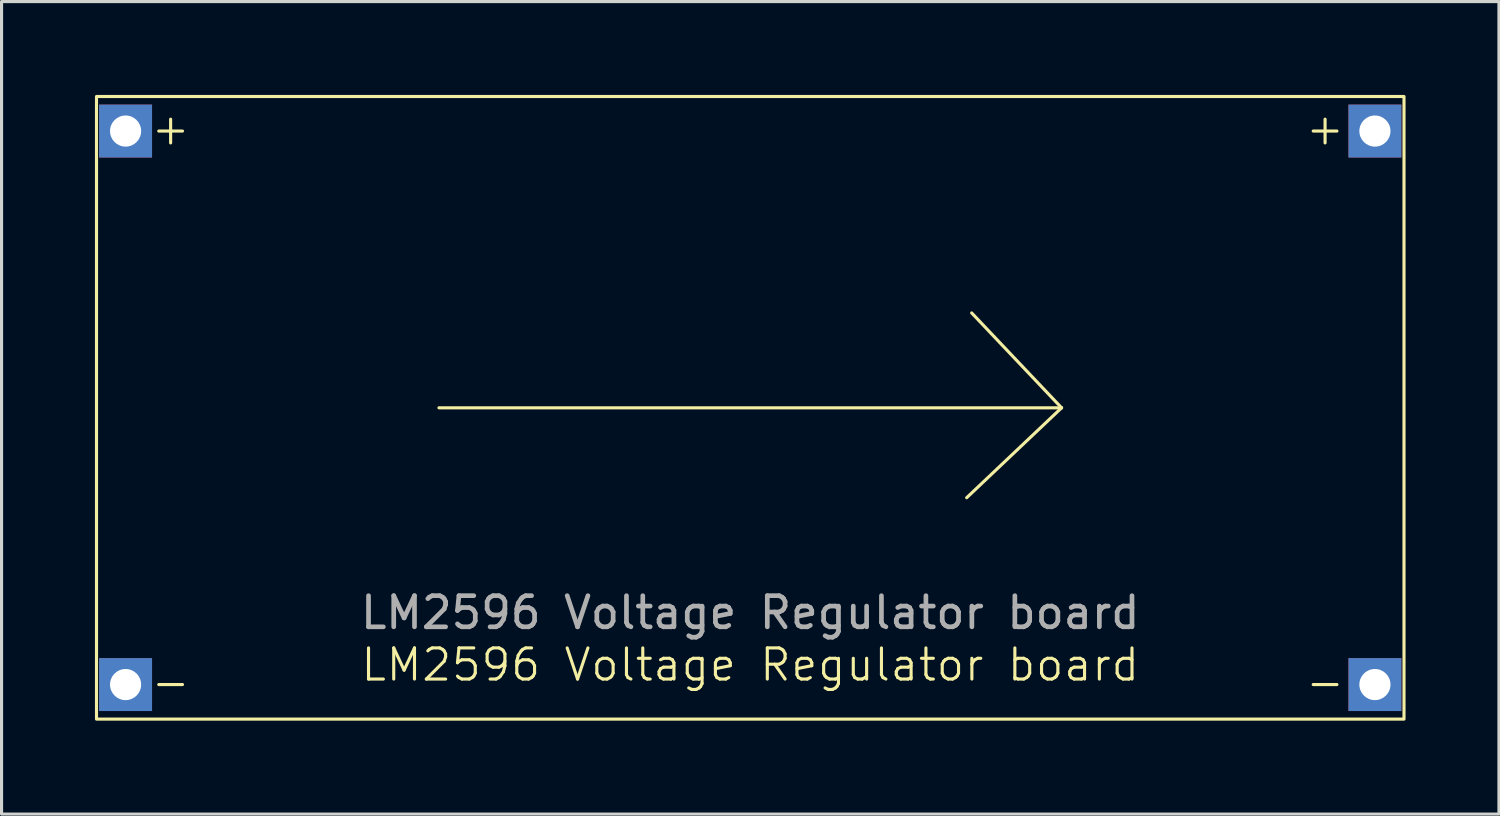
<source format=kicad_pcb>
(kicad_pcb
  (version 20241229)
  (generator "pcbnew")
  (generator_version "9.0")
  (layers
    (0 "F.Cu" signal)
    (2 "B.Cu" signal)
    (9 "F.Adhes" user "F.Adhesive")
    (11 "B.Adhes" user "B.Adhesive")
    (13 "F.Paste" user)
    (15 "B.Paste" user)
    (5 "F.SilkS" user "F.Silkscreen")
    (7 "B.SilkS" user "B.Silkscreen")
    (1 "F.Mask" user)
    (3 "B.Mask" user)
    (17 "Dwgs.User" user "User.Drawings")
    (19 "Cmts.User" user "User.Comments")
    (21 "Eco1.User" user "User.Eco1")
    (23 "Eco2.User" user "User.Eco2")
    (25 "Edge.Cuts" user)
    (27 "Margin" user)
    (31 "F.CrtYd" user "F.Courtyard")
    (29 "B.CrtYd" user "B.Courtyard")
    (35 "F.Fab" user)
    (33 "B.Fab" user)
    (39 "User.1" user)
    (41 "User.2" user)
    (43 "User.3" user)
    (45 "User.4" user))
  (footprint "LM2596 Voltage Regulator board"
    (layer "F.Cu")
    (at 21.05 10.05)
    (property "Reference" "LM2596 Voltage Regulator board" (at 0 8.255 0) (unlocked yes) (layer "F.SilkS") (effects (font (size 1 1) (thickness 0.1))))
    (attr through_hole)
    (fp_line (start -10 0) (end 10 0) (stroke (width 0.1) (type default)) (layer "F.SilkS"))
    (fp_line (start 10 0) (end 6.952 2.888) (stroke (width 0.1) (type default)) (layer "F.SilkS"))
    (fp_line (start 10 0) (end 7.112 -3.048) (stroke (width 0.1) (type default)) (layer "F.SilkS"))
    (fp_rect (start -21 -10) (end 21 10) (stroke (width 0.1) (type default)) (fill no) (layer "F.SilkS"))
    (fp_text user "+" (at 17.78 -8.382 0) (unlocked yes) (layer "F.SilkS") (effects (font (size 1 1) (thickness 0.1)) (justify left bottom)))
    (fp_text user "-" (at 17.78 9.398 0) (unlocked yes) (layer "F.SilkS") (effects (font (size 1 1) (thickness 0.1)) (justify left bottom)))
    (fp_text user "-" (at -19.304 9.398 0) (unlocked yes) (layer "F.SilkS") (effects (font (size 1 1) (thickness 0.1)) (justify left bottom)))
    (fp_text user "+" (at -19.304 -8.382 0) (unlocked yes) (layer "F.SilkS") (effects (font (size 1 1) (thickness 0.1)) (justify left bottom)))
    (fp_text user "${REFERENCE}" (at 0 6.58 0) (unlocked yes) (layer "F.Fab") (effects (font (size 1 1) (thickness 0.15))))
    (pad "1" thru_hole rect (at -20.066 -8.89) (size 1.7 1.7) (drill 1) (layers "*.Cu" "*.Mask"))
    (pad "2" thru_hole rect (at -20.066 8.89) (size 1.7 1.7) (drill 1) (layers "*.Cu" "*.Mask"))
    (pad "3" thru_hole rect (at 20.066 8.89) (size 1.7 1.7) (drill 1) (layers "*.Cu" "*.Mask"))
    (pad "4" thru_hole rect (at 20.066 -8.89) (size 1.7 1.7) (drill 1) (layers "*.Cu" "*.Mask")))
  (gr_rect
    (start -3 -3)
    (end 45.1 23.1)
    (stroke (width 0.1) (type default))
    (fill no)
    (layer "Edge.Cuts")))
</source>
